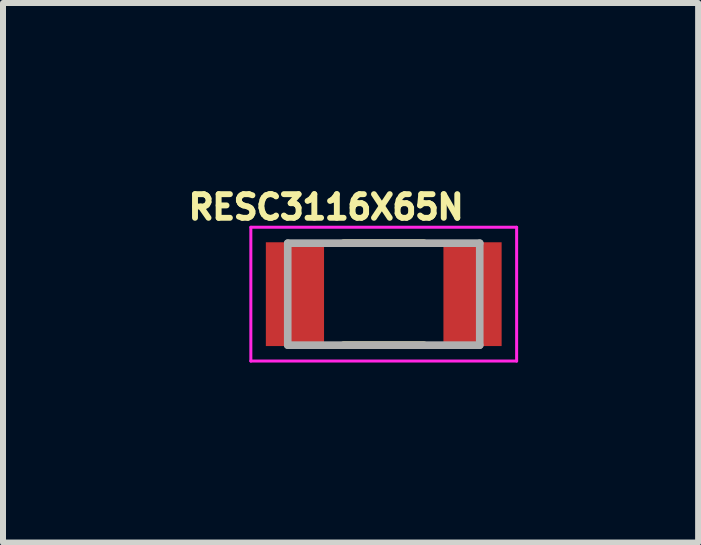
<source format=kicad_pcb>
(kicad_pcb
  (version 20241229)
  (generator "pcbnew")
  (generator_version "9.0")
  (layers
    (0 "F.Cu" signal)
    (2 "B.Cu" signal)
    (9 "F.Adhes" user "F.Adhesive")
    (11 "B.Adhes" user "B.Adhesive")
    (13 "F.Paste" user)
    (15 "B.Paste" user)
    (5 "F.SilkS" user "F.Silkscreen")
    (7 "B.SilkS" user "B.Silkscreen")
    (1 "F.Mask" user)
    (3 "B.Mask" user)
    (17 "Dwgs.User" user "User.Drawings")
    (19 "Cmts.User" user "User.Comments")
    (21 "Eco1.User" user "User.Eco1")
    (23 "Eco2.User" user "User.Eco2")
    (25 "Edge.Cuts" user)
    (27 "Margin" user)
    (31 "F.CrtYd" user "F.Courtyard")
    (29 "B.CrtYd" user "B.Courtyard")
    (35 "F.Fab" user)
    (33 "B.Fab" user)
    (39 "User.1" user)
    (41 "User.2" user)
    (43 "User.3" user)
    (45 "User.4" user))
  (footprint "RESC3116X65N"
    (layer "F.Cu")
    (at 3.346 1.853)
    (property "Reference" "RESC3116X65N" (at -0.96 -1.45 0) (layer "F.SilkS") (effects (font (size 0.394 0.394) (thickness 0.15))))
    (attr smd)
    (fp_line (start -0.67 -0.85) (end 0.67 -0.85) (stroke (width 0.127) (type solid)) (layer "F.SilkS"))
    (fp_line (start -0.67 0.85) (end 0.67 0.85) (stroke (width 0.127) (type solid)) (layer "F.SilkS"))
    (fp_line (start -2.215 -1.115) (end 2.215 -1.115) (stroke (width 0.05) (type solid)) (layer "F.CrtYd"))
    (fp_line (start -2.215 1.115) (end -2.215 -1.115) (stroke (width 0.05) (type solid)) (layer "F.CrtYd"))
    (fp_line (start -2.215 1.115) (end 2.215 1.115) (stroke (width 0.05) (type solid)) (layer "F.CrtYd"))
    (fp_line (start 2.215 1.115) (end 2.215 -1.115) (stroke (width 0.05) (type solid)) (layer "F.CrtYd"))
    (fp_line (start -1.6 0.85) (end -1.6 -0.85) (stroke (width 0.127) (type solid)) (layer "F.Fab"))
    (fp_line (start 1.6 -0.85) (end -1.6 -0.85) (stroke (width 0.127) (type solid)) (layer "F.Fab"))
    (fp_line (start 1.6 0.85) (end -1.6 0.85) (stroke (width 0.127) (type solid)) (layer "F.Fab"))
    (fp_line (start 1.6 0.85) (end 1.6 -0.85) (stroke (width 0.127) (type solid)) (layer "F.Fab"))
    (pad "1" smd rect (at -1.48 0) (size 0.97 1.73) (layers "F.Cu" "F.Mask" "F.Paste"))
    (pad "2" smd rect (at 1.48 0) (size 0.97 1.73) (layers "F.Cu" "F.Mask" "F.Paste")))
  (gr_rect
    (start -3 -3)
    (end 8.586 5.993)
    (stroke (width 0.1) (type default))
    (fill no)
    (layer "Edge.Cuts")))
</source>
